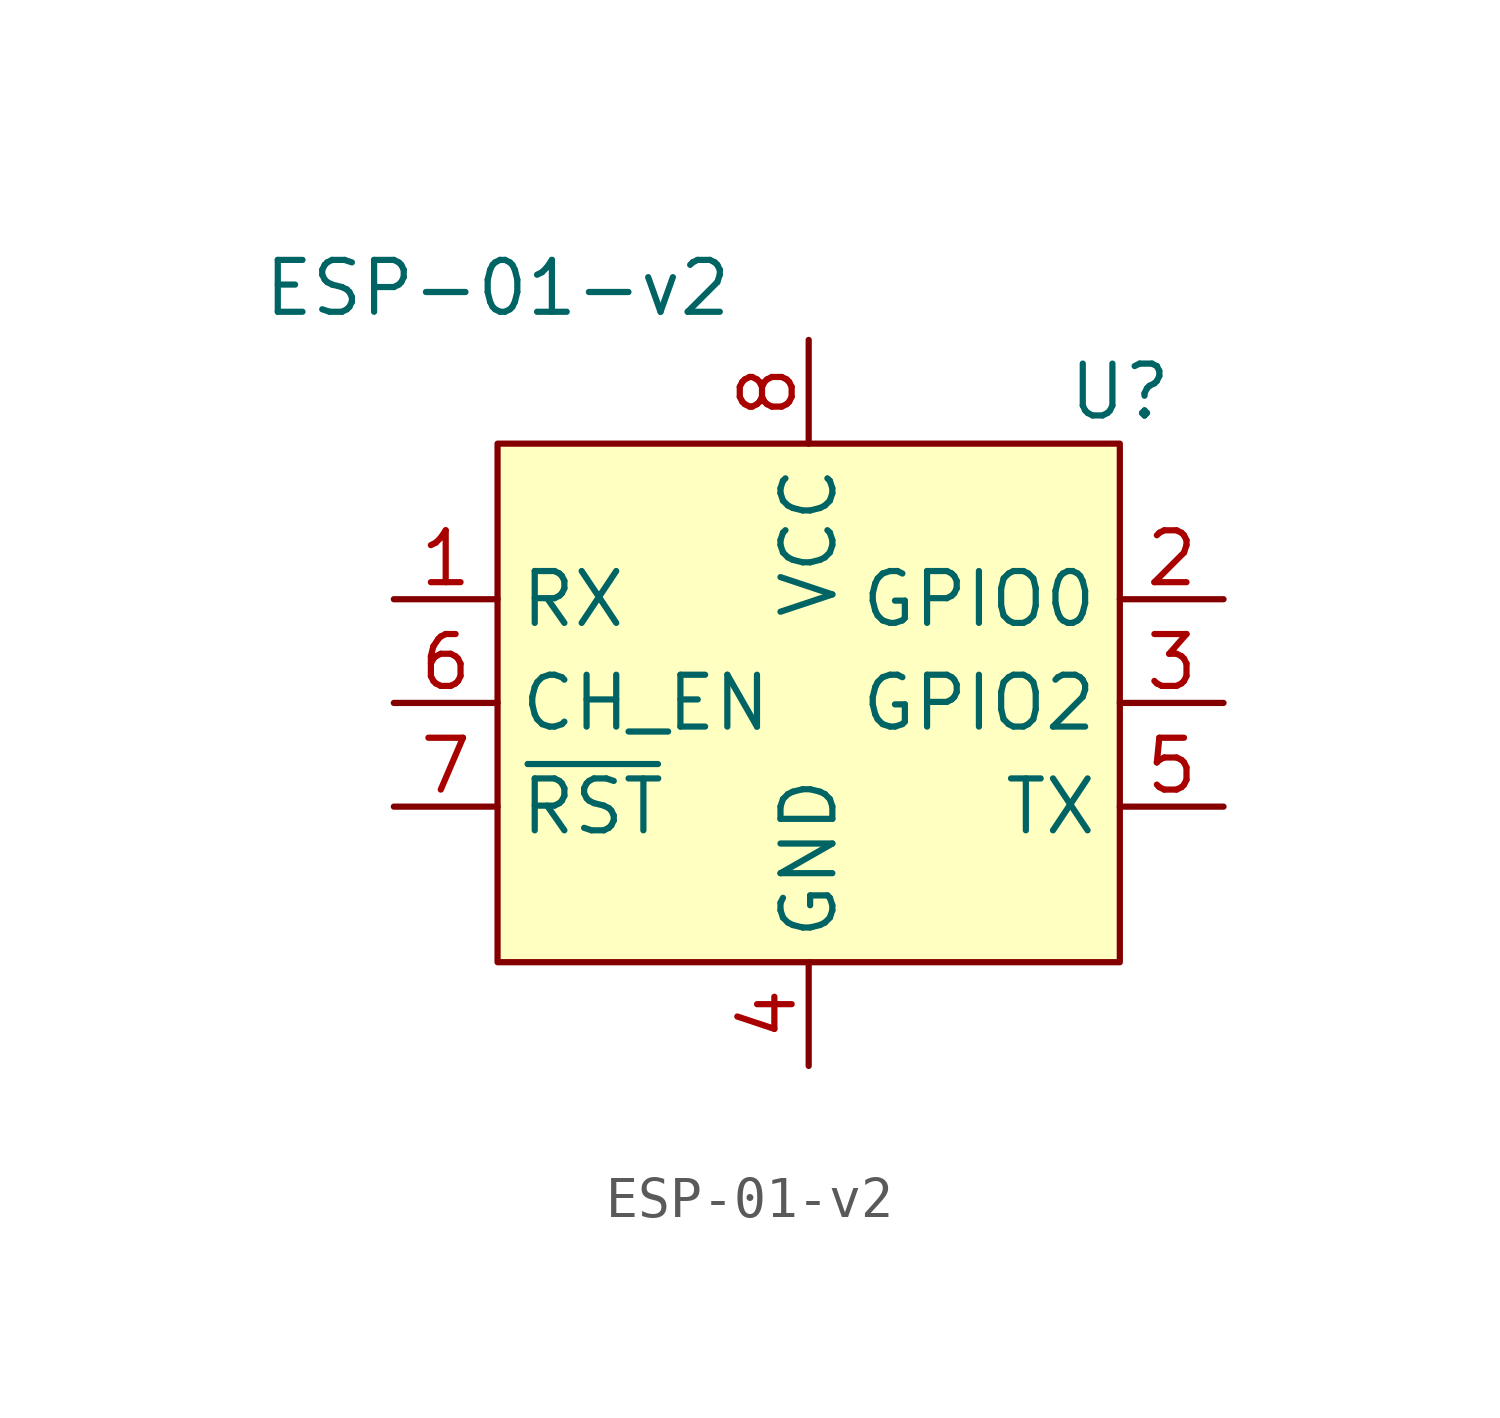
<source format=kicad_sym>
(kicad_symbol_lib
  (version 20220914)
  (generator kicad_symbol_editor)
  (symbol "ESP-01-v2"
    (property "Reference" "U"
      (at 12.7 1.27 0)
      (effects (font (size 1.27 1.27))))
    (property "Value" "ESP-01-v2"
      (at -2.54 3.81 0)
      (effects (font (size 1.27 1.27))))
    (symbol "ESP-01-v2_1_1"
      (rectangle (start -2.54 0) (end 12.7 -12.7) (stroke (width 0) (type default)) (fill (type background)))
      (pin input line (at -5.08 -3.81 0) (length 2.54) (name "RX" (effects (font (size 1.27 1.27)))) (number "1" (effects (font (size 1.27 1.27)))))
      (pin bidirectional line (at 15.24 -3.81 180) (length 2.54) (name "GPIO0" (effects (font (size 1.27 1.27)))) (number "2" (effects (font (size 1.27 1.27)))))
      (pin bidirectional line (at 15.24 -6.35 180) (length 2.54) (name "GPIO2" (effects (font (size 1.27 1.27)))) (number "3" (effects (font (size 1.27 1.27)))))
      (pin power_in line (at 5.08 -15.24 90) (length 2.54) (name "GND" (effects (font (size 1.27 1.27)))) (number "4" (effects (font (size 1.27 1.27)))))
      (pin output line (at 15.24 -8.89 180) (length 2.54) (name "TX" (effects (font (size 1.27 1.27)))) (number "5" (effects (font (size 1.27 1.27)))))
      (pin input line (at -5.08 -6.35 0) (length 2.54) (name "CH_EN" (effects (font (size 1.27 1.27)))) (number "6" (effects (font (size 1.27 1.27)))))
      (pin input line (at -5.08 -8.89 0) (length 2.54) (name "~{RST}" (effects (font (size 1.27 1.27)))) (number "7" (effects (font (size 1.27 1.27)))))
      (pin power_in line (at 5.08 2.54 270) (length 2.54) (name "VCC" (effects (font (size 1.27 1.27)))) (number "8" (effects (font (size 1.27 1.27))))))))
</source>
